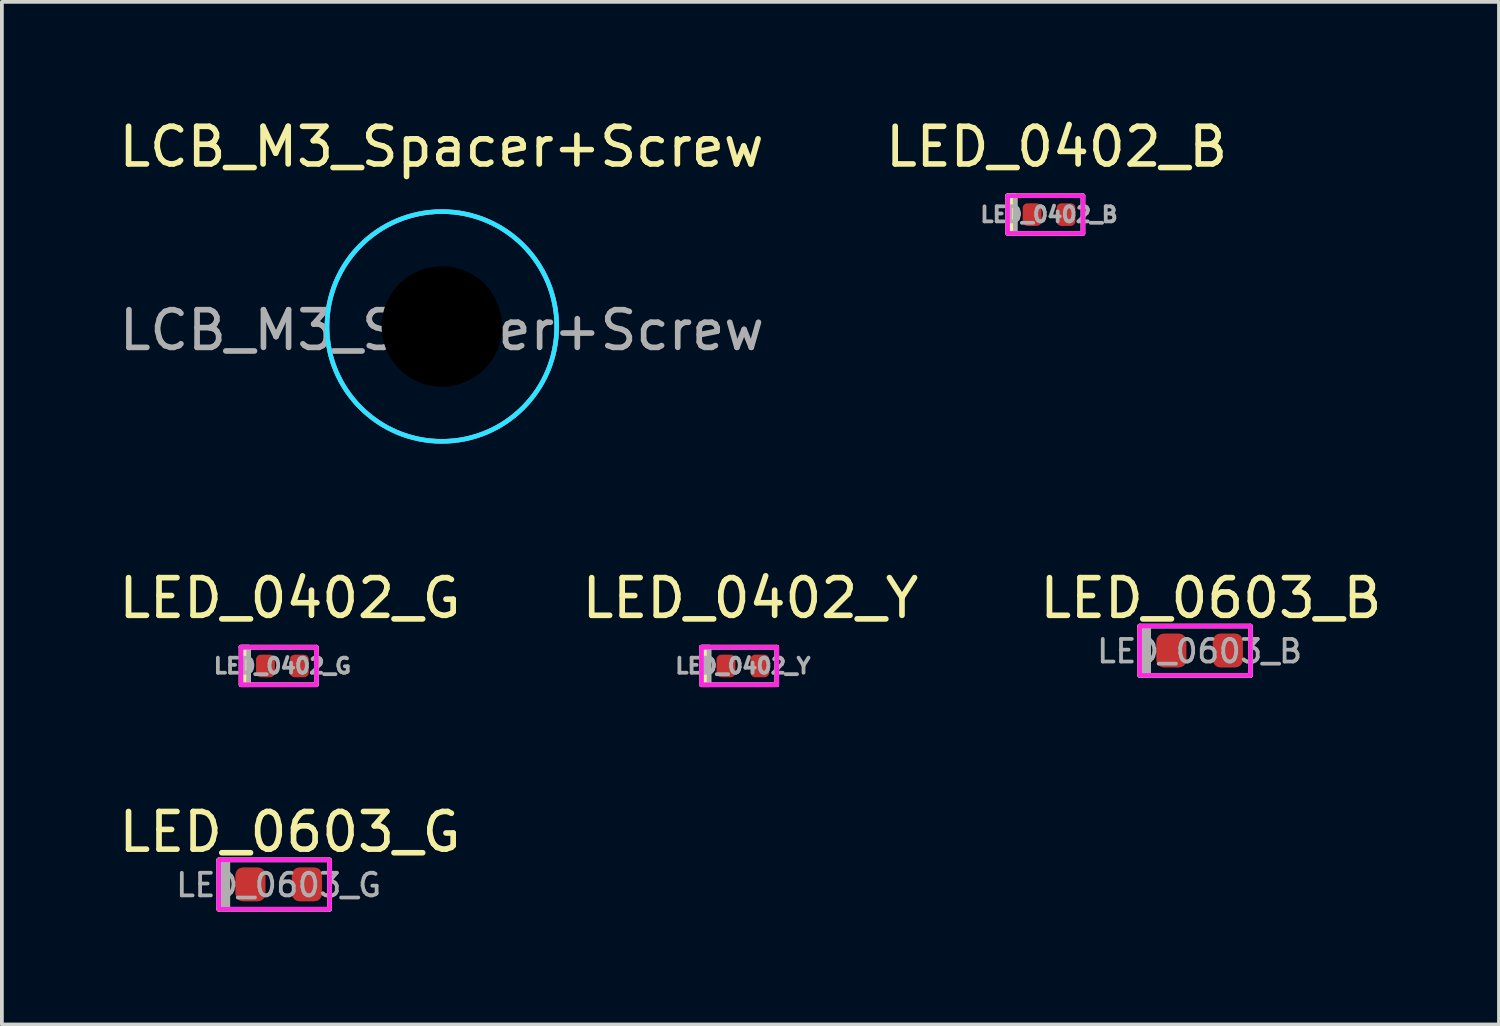
<source format=kicad_pcb>
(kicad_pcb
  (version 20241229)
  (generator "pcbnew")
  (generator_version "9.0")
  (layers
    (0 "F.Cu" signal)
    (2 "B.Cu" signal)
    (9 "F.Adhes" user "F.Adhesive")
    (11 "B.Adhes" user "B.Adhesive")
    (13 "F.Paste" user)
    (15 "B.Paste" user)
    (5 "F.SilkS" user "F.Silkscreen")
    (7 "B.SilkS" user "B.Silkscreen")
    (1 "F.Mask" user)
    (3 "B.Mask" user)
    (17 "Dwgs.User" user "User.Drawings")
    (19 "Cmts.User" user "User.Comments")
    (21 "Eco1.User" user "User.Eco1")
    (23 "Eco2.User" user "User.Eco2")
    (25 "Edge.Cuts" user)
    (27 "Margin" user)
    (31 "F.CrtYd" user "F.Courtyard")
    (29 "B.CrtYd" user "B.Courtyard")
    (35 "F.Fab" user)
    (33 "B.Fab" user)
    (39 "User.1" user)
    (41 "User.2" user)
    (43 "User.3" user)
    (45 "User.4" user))
  (footprint "LCB_M3_Spacer+Screw"
    (layer "F.Cu")
    (at 8.683 5.618)
    (property "Reference" "LCB_M3_Spacer+Screw" (at -0.01 -4.77 0) (layer "F.SilkS") (effects (font (size 1 1) (thickness 0.15))))
    (attr through_hole)
    (fp_circle (center -0.002 0) (end 3.048 0) (stroke (width 0.12) (type default)) (fill no) (layer "B.CrtYd"))
    (fp_circle (center 0 0) (end 3.05 0) (stroke (width 0.12) (type solid)) (fill no) (layer "F.CrtYd"))
    (fp_circle (center 0 0) (end 3.05 0) (stroke (width 0.12) (type solid)) (fill no) (layer "F.Fab"))
    (fp_text user "${REFERENCE}" (at 0 0.1 0) (layer "F.Fab") (effects (font (size 1 1) (thickness 0.15))))
    (pad "" np_thru_hole circle (at 0 0) (size 5.6 5.6) (drill 3.2) (layers "*.Mask"))
    (zone (net_name "") (layers "F.Cu" "B.Cu" "F.SilkS") (hatch edge 0.5) (connect_pads) (min_thickness 0.25) (filled_areas_thickness no) (keepout (tracks not_allowed) (vias not_allowed) (pads not_allowed) (copperpour not_allowed) (footprints not_allowed)) (placement (enabled no)) (fill) (polygon (pts (xy 12.093 5.598) (xy 12.073 5.232) (xy 12.013 4.869) (xy 11.915 4.516) (xy 11.779 4.174) (xy 11.607 3.85) (xy 11.401 3.546) (xy 11.164 3.266) (xy 10.897 3.014) (xy 10.605 2.792) (xy 10.29 2.602) (xy 9.957 2.448) (xy 9.609 2.331) (xy 9.25 2.252) (xy 8.885 2.212) (xy 8.518 2.212) (xy 8.153 2.252) (xy 7.795 2.331) (xy 7.447 2.448) (xy 7.114 2.602) (xy 6.799 2.792) (xy 6.507 3.014) (xy 6.24 3.266) (xy 6.002 3.546) (xy 5.796 3.85) (xy 5.624 4.174) (xy 5.488 4.516) (xy 5.39 4.869) (xy 5.331 5.232) (xy 5.311 5.598) (xy 5.331 5.965) (xy 5.39 6.327) (xy 5.488 6.681) (xy 5.624 7.022) (xy 5.796 7.346) (xy 6.002 7.65) (xy 6.24 7.93) (xy 6.507 8.183) (xy 6.799 8.405) (xy 7.114 8.594) (xy 7.447 8.748) (xy 7.795 8.865) (xy 8.153 8.944) (xy 8.518 8.984) (xy 8.885 8.984) (xy 9.25 8.944) (xy 9.609 8.865) (xy 9.957 8.748) (xy 10.29 8.594) (xy 10.605 8.405) (xy 10.897 8.183) (xy 11.164 7.93) (xy 11.401 7.65) (xy 11.607 7.346) (xy 11.779 7.022) (xy 11.915 6.681) (xy 12.013 6.327) (xy 12.073 5.965)))))
  (footprint "LED_0402_B"
    (layer "F.Cu")
    (at 24.804 2.648)
    (property "Reference" "LED_0402_B" (at 0.2 -1.8 0) (layer "F.SilkS") (effects (font (size 1 1) (thickness 0.15))))
    (attr smd)
    (fp_line (start -0.9 -0.5) (end -1.1 -0.5) (stroke (width 0.12) (type solid)) (layer "F.SilkS"))
    (fp_line (start -0.9 -0.5) (end 0.9 -0.5) (stroke (width 0.12) (type solid)) (layer "F.SilkS"))
    (fp_line (start 0.9 -0.5) (end 0.9 0.5) (stroke (width 0.12) (type solid)) (layer "F.SilkS"))
    (fp_line (start 0.9 0.5) (end -0.9 0.5) (stroke (width 0.12) (type solid)) (layer "F.SilkS"))
    (fp_rect (start -1.1 -0.5) (end -0.9 0.5) (stroke (width 0.12) (type solid)) (fill yes) (layer "F.SilkS"))
    (fp_rect (start 0.9 -0.5) (end -1.1 0.5) (stroke (width 0.12) (type solid)) (fill no) (layer "F.CrtYd"))
    (fp_line (start -1.1 -0.5) (end -0.9 -0.5) (stroke (width 0.12) (type solid)) (layer "F.Fab"))
    (fp_line (start -1.1 -0.5) (end 0.9 -0.5) (stroke (width 0.12) (type solid)) (layer "F.Fab"))
    (fp_line (start 0.9 -0.5) (end 0.9 0.5) (stroke (width 0.12) (type solid)) (layer "F.Fab"))
    (fp_line (start 0.9 0.5) (end -1.1 0.5) (stroke (width 0.12) (type solid)) (layer "F.Fab"))
    (fp_rect (start -1.1 -0.5) (end -0.9 0.5) (stroke (width 0.12) (type solid)) (fill no) (layer "F.Fab"))
    (fp_text user "${REFERENCE}" (at 0 0 0) (layer "F.Fab") (effects (font (size 0.4 0.4) (thickness 0.1))))
    (pad "A" smd roundrect (at 0.45 0) (size 0.5 0.6) (layers "F.Cu" "F.Mask" "F.Paste") (roundrect_rratio 0.25))
    (pad "C" smd roundrect (at -0.45 0) (size 0.5 0.6) (layers "F.Cu" "F.Mask" "F.Paste") (roundrect_rratio 0.25)))
  (footprint "LED_0603_G"
    (layer "F.Cu")
    (at 4.349 20.431)
    (property "Reference" "LED_0603_G" (at 0.3 -1.39 0) (layer "F.SilkS") (effects (font (size 1 1) (thickness 0.15))))
    (attr smd)
    (fp_line (start -1.59 -0.65) (end -1.59 0.66) (stroke (width 0.12) (type solid)) (layer "F.SilkS"))
    (fp_line (start -1.59 -0.65) (end 1.34 -0.65) (stroke (width 0.12) (type solid)) (layer "F.SilkS"))
    (fp_line (start -1.47 -0.58) (end -1.47 0.58) (stroke (width 0.15) (type solid)) (layer "F.SilkS"))
    (fp_line (start -1.35 -0.6) (end -1.35 0.6) (stroke (width 0.12) (type solid)) (layer "F.SilkS"))
    (fp_line (start 1.35 -0.65) (end 1.35 0.66) (stroke (width 0.12) (type solid)) (layer "F.SilkS"))
    (fp_line (start 1.35 0.66) (end -1.59 0.66) (stroke (width 0.12) (type solid)) (layer "F.SilkS"))
    (fp_rect (start 1.35 -0.65) (end -1.59 0.66) (stroke (width 0.12) (type solid)) (fill no) (layer "F.CrtYd"))
    (fp_line (start -1.59 -0.65) (end 1.35 -0.65) (stroke (width 0.12) (type solid)) (layer "F.Fab"))
    (fp_line (start -1.59 0.66) (end -1.59 -0.65) (stroke (width 0.12) (type solid)) (layer "F.Fab"))
    (fp_line (start -1.47 0.6) (end -1.47 -0.6) (stroke (width 0.15) (type solid)) (layer "F.Fab"))
    (fp_line (start -1.35 0.6) (end -1.35 -0.6) (stroke (width 0.12) (type solid)) (layer "F.Fab"))
    (fp_line (start 1.35 -0.65) (end 1.35 0.66) (stroke (width 0.12) (type solid)) (layer "F.Fab"))
    (fp_line (start 1.35 0.66) (end -1.59 0.66) (stroke (width 0.12) (type solid)) (layer "F.Fab"))
    (fp_text user "${REFERENCE}" (at 0 0.02 0) (layer "F.Fab") (effects (font (size 0.6 0.6) (thickness 0.1))))
    (pad "A" smd roundrect (at 0.75 0) (size 0.8 0.9) (layers "F.Cu" "F.Mask" "F.Paste") (roundrect_rratio 0.25))
    (pad "C" smd roundrect (at -0.75 0) (size 0.8 0.9) (layers "F.Cu" "F.Mask" "F.Paste") (roundrect_rratio 0.25)))
  (footprint "LED_0402_Y"
    (layer "F.Cu")
    (at 16.675 14.632)
    (property "Reference" "LED_0402_Y" (at 0.2 -1.8 0) (layer "F.SilkS") (effects (font (size 1 1) (thickness 0.15))))
    (attr smd)
    (fp_line (start -0.9 -0.5) (end -1.1 -0.5) (stroke (width 0.12) (type solid)) (layer "F.SilkS"))
    (fp_line (start -0.9 -0.5) (end 0.9 -0.5) (stroke (width 0.12) (type solid)) (layer "F.SilkS"))
    (fp_line (start 0.9 -0.5) (end 0.9 0.5) (stroke (width 0.12) (type solid)) (layer "F.SilkS"))
    (fp_line (start 0.9 0.5) (end -0.9 0.5) (stroke (width 0.12) (type solid)) (layer "F.SilkS"))
    (fp_rect (start -1.1 -0.5) (end -0.9 0.5) (stroke (width 0.12) (type solid)) (fill yes) (layer "F.SilkS"))
    (fp_rect (start 0.9 -0.5) (end -1.1 0.5) (stroke (width 0.12) (type solid)) (fill no) (layer "F.CrtYd"))
    (fp_line (start -1.1 -0.5) (end -0.9 -0.5) (stroke (width 0.12) (type solid)) (layer "F.Fab"))
    (fp_line (start -1.1 -0.5) (end 0.9 -0.5) (stroke (width 0.12) (type solid)) (layer "F.Fab"))
    (fp_line (start 0.9 -0.5) (end 0.9 0.5) (stroke (width 0.12) (type solid)) (layer "F.Fab"))
    (fp_line (start 0.9 0.5) (end -1.1 0.5) (stroke (width 0.12) (type solid)) (layer "F.Fab"))
    (fp_rect (start -1.1 -0.5) (end -0.9 0.5) (stroke (width 0.12) (type solid)) (fill no) (layer "F.Fab"))
    (fp_text user "${REFERENCE}" (at 0 0 0) (layer "F.Fab") (effects (font (size 0.4 0.4) (thickness 0.1))))
    (pad "A" smd roundrect (at 0.45 0) (size 0.5 0.6) (layers "F.Cu" "F.Mask" "F.Paste") (roundrect_rratio 0.25))
    (pad "C" smd roundrect (at -0.45 0) (size 0.5 0.6) (layers "F.Cu" "F.Mask" "F.Paste") (roundrect_rratio 0.25)))
  (footprint "LED_0603_B"
    (layer "F.Cu")
    (at 28.801 14.222)
    (property "Reference" "LED_0603_B" (at 0.3 -1.39 0) (layer "F.SilkS") (effects (font (size 1 1) (thickness 0.15))))
    (attr smd)
    (fp_line (start -1.59 -0.65) (end -1.59 0.66) (stroke (width 0.12) (type solid)) (layer "F.SilkS"))
    (fp_line (start -1.59 -0.65) (end 1.34 -0.65) (stroke (width 0.12) (type solid)) (layer "F.SilkS"))
    (fp_line (start -1.47 -0.58) (end -1.47 0.58) (stroke (width 0.15) (type solid)) (layer "F.SilkS"))
    (fp_line (start -1.35 -0.6) (end -1.35 0.6) (stroke (width 0.12) (type solid)) (layer "F.SilkS"))
    (fp_line (start 1.35 -0.65) (end 1.35 0.66) (stroke (width 0.12) (type solid)) (layer "F.SilkS"))
    (fp_line (start 1.35 0.66) (end -1.59 0.66) (stroke (width 0.12) (type solid)) (layer "F.SilkS"))
    (fp_rect (start 1.35 -0.65) (end -1.59 0.66) (stroke (width 0.12) (type solid)) (fill no) (layer "F.CrtYd"))
    (fp_line (start -1.59 -0.65) (end 1.35 -0.65) (stroke (width 0.12) (type solid)) (layer "F.Fab"))
    (fp_line (start -1.59 0.66) (end -1.59 -0.65) (stroke (width 0.12) (type solid)) (layer "F.Fab"))
    (fp_line (start -1.47 0.6) (end -1.47 -0.6) (stroke (width 0.15) (type solid)) (layer "F.Fab"))
    (fp_line (start -1.35 0.6) (end -1.35 -0.6) (stroke (width 0.12) (type solid)) (layer "F.Fab"))
    (fp_line (start 1.35 -0.65) (end 1.35 0.66) (stroke (width 0.12) (type solid)) (layer "F.Fab"))
    (fp_line (start 1.35 0.66) (end -1.59 0.66) (stroke (width 0.12) (type solid)) (layer "F.Fab"))
    (fp_text user "${REFERENCE}" (at 0 0.02 0) (layer "F.Fab") (effects (font (size 0.6 0.6) (thickness 0.1))))
    (pad "A" smd roundrect (at 0.75 0) (size 0.8 0.9) (layers "F.Cu" "F.Mask" "F.Paste") (roundrect_rratio 0.25))
    (pad "C" smd roundrect (at -0.75 0) (size 0.8 0.9) (layers "F.Cu" "F.Mask" "F.Paste") (roundrect_rratio 0.25)))
  (footprint "LED_0402_G"
    (layer "F.Cu")
    (at 4.449 14.632)
    (property "Reference" "LED_0402_G" (at 0.2 -1.8 0) (layer "F.SilkS") (effects (font (size 1 1) (thickness 0.15))))
    (attr smd)
    (fp_line (start -0.9 -0.5) (end -1.1 -0.5) (stroke (width 0.12) (type solid)) (layer "F.SilkS"))
    (fp_line (start -0.9 -0.5) (end 0.9 -0.5) (stroke (width 0.12) (type solid)) (layer "F.SilkS"))
    (fp_line (start 0.9 -0.5) (end 0.9 0.5) (stroke (width 0.12) (type solid)) (layer "F.SilkS"))
    (fp_line (start 0.9 0.5) (end -0.9 0.5) (stroke (width 0.12) (type solid)) (layer "F.SilkS"))
    (fp_rect (start -1.1 -0.5) (end -0.9 0.5) (stroke (width 0.12) (type solid)) (fill yes) (layer "F.SilkS"))
    (fp_rect (start 0.9 -0.5) (end -1.1 0.5) (stroke (width 0.12) (type solid)) (fill no) (layer "F.CrtYd"))
    (fp_line (start -1.1 -0.5) (end -0.9 -0.5) (stroke (width 0.12) (type solid)) (layer "F.Fab"))
    (fp_line (start -1.1 -0.5) (end 0.9 -0.5) (stroke (width 0.12) (type solid)) (layer "F.Fab"))
    (fp_line (start 0.9 -0.5) (end 0.9 0.5) (stroke (width 0.12) (type solid)) (layer "F.Fab"))
    (fp_line (start 0.9 0.5) (end -1.1 0.5) (stroke (width 0.12) (type solid)) (layer "F.Fab"))
    (fp_rect (start -1.1 -0.5) (end -0.9 0.5) (stroke (width 0.12) (type solid)) (fill no) (layer "F.Fab"))
    (fp_text user "${REFERENCE}" (at 0 0 0) (layer "F.Fab") (effects (font (size 0.4 0.4) (thickness 0.1))))
    (pad "A" smd roundrect (at 0.45 0) (size 0.5 0.6) (layers "F.Cu" "F.Mask" "F.Paste") (roundrect_rratio 0.25))
    (pad "C" smd roundrect (at -0.45 0) (size 0.5 0.6) (layers "F.Cu" "F.Mask" "F.Paste") (roundrect_rratio 0.25)))
  (gr_rect
    (start -3 -3)
    (end 36.75 24.151)
    (stroke (width 0.1) (type default))
    (fill no)
    (layer "Edge.Cuts")))
</source>
